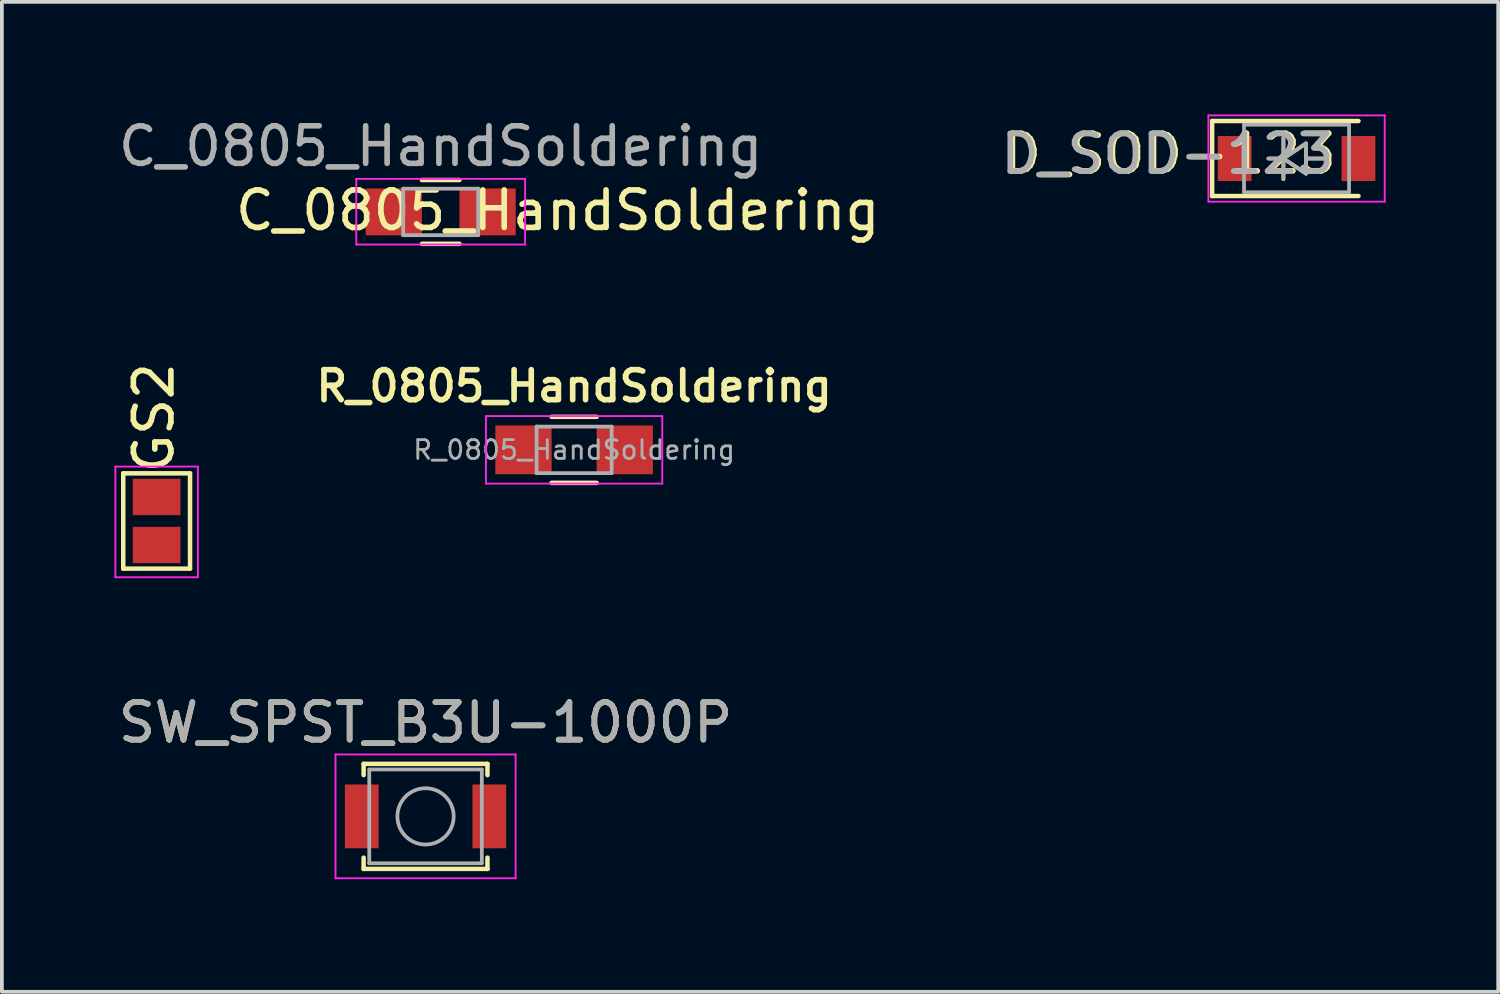
<source format=kicad_pcb>
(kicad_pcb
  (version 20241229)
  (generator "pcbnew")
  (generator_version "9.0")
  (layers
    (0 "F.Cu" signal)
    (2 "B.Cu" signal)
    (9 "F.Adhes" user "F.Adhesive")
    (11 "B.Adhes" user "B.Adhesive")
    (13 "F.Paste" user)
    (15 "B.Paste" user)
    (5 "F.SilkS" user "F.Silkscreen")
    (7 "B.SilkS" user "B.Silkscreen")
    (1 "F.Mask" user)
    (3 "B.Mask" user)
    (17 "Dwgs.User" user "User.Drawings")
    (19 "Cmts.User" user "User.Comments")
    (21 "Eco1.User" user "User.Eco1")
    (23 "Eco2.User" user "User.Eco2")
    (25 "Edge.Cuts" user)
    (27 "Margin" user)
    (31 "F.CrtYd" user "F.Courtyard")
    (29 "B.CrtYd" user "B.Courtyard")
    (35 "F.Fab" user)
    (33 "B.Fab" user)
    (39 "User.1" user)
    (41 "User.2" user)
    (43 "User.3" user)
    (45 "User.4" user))
  (footprint "D_SOD-123"
    (layer "F.Cu")
    (at 31.507 1.175)
    (property "Reference" "D_SOD-123" (at -3.383 -0.127 0) (layer "F.SilkS") (effects (font (size 1 1) (thickness 0.15))))
    (attr smd)
    (fp_line (start -2.25 -1) (end -2.25 1) (stroke (width 0.12) (type solid)) (layer "F.SilkS"))
    (fp_line (start -2.25 -1) (end 1.65 -1) (stroke (width 0.12) (type solid)) (layer "F.SilkS"))
    (fp_line (start -2.25 1) (end 1.65 1) (stroke (width 0.12) (type solid)) (layer "F.SilkS"))
    (fp_line (start -0.75 0) (end -0.35 0) (stroke (width 0.1) (type solid)) (layer "F.SilkS"))
    (fp_line (start -0.35 0) (end -0.35 -0.55) (stroke (width 0.1) (type solid)) (layer "F.SilkS"))
    (fp_line (start -0.35 0) (end -0.35 0.55) (stroke (width 0.1) (type solid)) (layer "F.SilkS"))
    (fp_line (start -0.35 0) (end 0.25 -0.4) (stroke (width 0.1) (type solid)) (layer "F.SilkS"))
    (fp_line (start 0.25 -0.4) (end 0.25 0.4) (stroke (width 0.1) (type solid)) (layer "F.SilkS"))
    (fp_line (start 0.25 0) (end 0.75 0) (stroke (width 0.1) (type solid)) (layer "F.SilkS"))
    (fp_line (start 0.25 0.4) (end -0.35 0) (stroke (width 0.1) (type solid)) (layer "F.SilkS"))
    (fp_line (start -2.35 -1.15) (end -2.35 1.15) (stroke (width 0.05) (type solid)) (layer "F.CrtYd"))
    (fp_line (start -2.35 -1.15) (end 2.35 -1.15) (stroke (width 0.05) (type solid)) (layer "F.CrtYd"))
    (fp_line (start 2.35 -1.15) (end 2.35 1.15) (stroke (width 0.05) (type solid)) (layer "F.CrtYd"))
    (fp_line (start 2.35 1.15) (end -2.35 1.15) (stroke (width 0.05) (type solid)) (layer "F.CrtYd"))
    (fp_line (start -1.4 -0.9) (end 1.4 -0.9) (stroke (width 0.1) (type solid)) (layer "F.Fab"))
    (fp_line (start -1.4 0.9) (end -1.4 -0.9) (stroke (width 0.1) (type solid)) (layer "F.Fab"))
    (fp_line (start -0.75 0) (end -0.35 0) (stroke (width 0.1) (type solid)) (layer "F.Fab"))
    (fp_line (start -0.35 0) (end -0.35 -0.55) (stroke (width 0.1) (type solid)) (layer "F.Fab"))
    (fp_line (start -0.35 0) (end -0.35 0.55) (stroke (width 0.1) (type solid)) (layer "F.Fab"))
    (fp_line (start -0.35 0) (end 0.25 -0.4) (stroke (width 0.1) (type solid)) (layer "F.Fab"))
    (fp_line (start 0.25 -0.4) (end 0.25 0.4) (stroke (width 0.1) (type solid)) (layer "F.Fab"))
    (fp_line (start 0.25 0) (end 0.75 0) (stroke (width 0.1) (type solid)) (layer "F.Fab"))
    (fp_line (start 0.25 0.4) (end -0.35 0) (stroke (width 0.1) (type solid)) (layer "F.Fab"))
    (fp_line (start 1.4 -0.9) (end 1.4 0.9) (stroke (width 0.1) (type solid)) (layer "F.Fab"))
    (fp_line (start 1.4 0.9) (end -1.4 0.9) (stroke (width 0.1) (type solid)) (layer "F.Fab"))
    (fp_text user "${REFERENCE}" (at -3.439 -0.122 180) (layer "F.Fab") (effects (font (size 1 1) (thickness 0.15))))
    (pad "1" smd rect (at -1.65 0) (size 0.9 1.2) (layers "F.Cu" "F.Mask" "F.Paste"))
    (pad "2" smd rect (at 1.65 0) (size 0.9 1.2) (layers "F.Cu" "F.Mask" "F.Paste")))
  (footprint "SW_SPST_B3U-1000P"
    (layer "F.Cu")
    (at 8.292 18.709)
    (property "Reference" "SW_SPST_B3U-1000P" (at 0 -2.5 0) (layer "F.SilkS") (effects (font (size 1 1) (thickness 0.15))))
    (attr smd)
    (fp_line (start -1.65 -1.4) (end 1.65 -1.4) (stroke (width 0.12) (type solid)) (layer "F.SilkS"))
    (fp_line (start -1.65 -1.1) (end -1.65 -1.4) (stroke (width 0.12) (type solid)) (layer "F.SilkS"))
    (fp_line (start -1.65 1.1) (end -1.65 1.4) (stroke (width 0.12) (type solid)) (layer "F.SilkS"))
    (fp_line (start -1.65 1.4) (end 1.65 1.4) (stroke (width 0.12) (type solid)) (layer "F.SilkS"))
    (fp_line (start 1.65 -1.4) (end 1.65 -1.1) (stroke (width 0.12) (type solid)) (layer "F.SilkS"))
    (fp_line (start 1.65 1.4) (end 1.65 1.1) (stroke (width 0.12) (type solid)) (layer "F.SilkS"))
    (fp_line (start -2.4 -1.65) (end -2.4 1.65) (stroke (width 0.05) (type solid)) (layer "F.CrtYd"))
    (fp_line (start -2.4 1.65) (end 2.4 1.65) (stroke (width 0.05) (type solid)) (layer "F.CrtYd"))
    (fp_line (start 2.4 -1.65) (end -2.4 -1.65) (stroke (width 0.05) (type solid)) (layer "F.CrtYd"))
    (fp_line (start 2.4 1.65) (end 2.4 -1.65) (stroke (width 0.05) (type solid)) (layer "F.CrtYd"))
    (fp_line (start -1.5 -1.25) (end 1.5 -1.25) (stroke (width 0.1) (type solid)) (layer "F.Fab"))
    (fp_line (start -1.5 1.25) (end -1.5 -1.25) (stroke (width 0.1) (type solid)) (layer "F.Fab"))
    (fp_line (start 1.5 -1.25) (end 1.5 1.25) (stroke (width 0.1) (type solid)) (layer "F.Fab"))
    (fp_line (start 1.5 1.25) (end -1.5 1.25) (stroke (width 0.1) (type solid)) (layer "F.Fab"))
    (fp_circle (center 0 0) (end 0.75 0) (stroke (width 0.1) (type solid)) (fill no) (layer "F.Fab"))
    (fp_text user "${REFERENCE}" (at 0 -2.5 0) (layer "F.Fab") (effects (font (size 1 1) (thickness 0.15))))
    (pad "1" smd rect (at -1.7 0) (size 0.9 1.7) (layers "F.Cu" "F.Mask" "F.Paste"))
    (pad "2" smd rect (at 1.7 0) (size 0.9 1.7) (layers "F.Cu" "F.Mask" "F.Paste")))
  (footprint "R_0805_HandSoldering"
    (layer "F.Cu")
    (at 12.252 8.94)
    (property "Reference" "R_0805_HandSoldering" (at 0 -1.7 0) (layer "F.SilkS") (effects (font (size 0.8 0.8) (thickness 0.15))))
    (attr smd)
    (fp_line (start -0.6 -0.88) (end 0.6 -0.88) (stroke (width 0.12) (type solid)) (layer "F.SilkS"))
    (fp_line (start 0.6 0.88) (end -0.6 0.88) (stroke (width 0.12) (type solid)) (layer "F.SilkS"))
    (fp_line (start -2.35 -0.9) (end -2.35 0.9) (stroke (width 0.05) (type solid)) (layer "F.CrtYd"))
    (fp_line (start -2.35 -0.9) (end 2.35 -0.9) (stroke (width 0.05) (type solid)) (layer "F.CrtYd"))
    (fp_line (start 2.35 0.9) (end -2.35 0.9) (stroke (width 0.05) (type solid)) (layer "F.CrtYd"))
    (fp_line (start 2.35 0.9) (end 2.35 -0.9) (stroke (width 0.05) (type solid)) (layer "F.CrtYd"))
    (fp_line (start -1 -0.62) (end 1 -0.62) (stroke (width 0.1) (type solid)) (layer "F.Fab"))
    (fp_line (start -1 0.62) (end -1 -0.62) (stroke (width 0.1) (type solid)) (layer "F.Fab"))
    (fp_line (start 1 -0.62) (end 1 0.62) (stroke (width 0.1) (type solid)) (layer "F.Fab"))
    (fp_line (start 1 0.62) (end -1 0.62) (stroke (width 0.1) (type solid)) (layer "F.Fab"))
    (fp_text user "${REFERENCE}" (at 0 0 0) (layer "F.Fab") (effects (font (size 0.5 0.5) (thickness 0.075))))
    (pad "1" smd rect (at -1.35 0) (size 1.5 1.3) (layers "F.Cu" "F.Mask" "F.Paste"))
    (pad "2" smd rect (at 1.35 0) (size 1.5 1.3) (layers "F.Cu" "F.Mask" "F.Paste")))
  (footprint "GS2"
    (layer "F.Cu")
    (at 1.125 10.836)
    (property "Reference" "GS2" (at -0.075 -2.75 90) (layer "F.SilkS") (effects (font (size 1 1) (thickness 0.15))))
    (attr smd)
    (fp_line (start -0.89 -1.27) (end -0.89 1.27) (stroke (width 0.12) (type solid)) (layer "F.SilkS"))
    (fp_line (start -0.89 -1.27) (end 0.89 -1.27) (stroke (width 0.12) (type solid)) (layer "F.SilkS"))
    (fp_line (start 0.89 1.27) (end -0.89 1.27) (stroke (width 0.12) (type solid)) (layer "F.SilkS"))
    (fp_line (start 0.89 1.27) (end 0.89 -1.27) (stroke (width 0.12) (type solid)) (layer "F.SilkS"))
    (fp_line (start -1.1 -1.45) (end 1.1 -1.45) (stroke (width 0.05) (type solid)) (layer "F.CrtYd"))
    (fp_line (start -1.1 1.5) (end -1.1 -1.45) (stroke (width 0.05) (type solid)) (layer "F.CrtYd"))
    (fp_line (start 1.1 -1.45) (end 1.1 1.5) (stroke (width 0.05) (type solid)) (layer "F.CrtYd"))
    (fp_line (start 1.1 1.5) (end -1.1 1.5) (stroke (width 0.05) (type solid)) (layer "F.CrtYd"))
    (pad "1" smd rect (at 0 -0.64) (size 1.27 0.97) (layers "F.Cu" "F.Mask" "F.Paste"))
    (pad "2" smd rect (at 0 0.64) (size 1.27 0.97) (layers "F.Cu" "F.Mask" "F.Paste")))
  (footprint "C_0805_HandSoldering"
    (layer "F.Cu")
    (at 8.696 2.598)
    (property "Reference" "C_0805_HandSoldering" (at 3.121 -0.041 0) (layer "F.SilkS") (effects (font (size 1 1) (thickness 0.15))))
    (attr smd)
    (fp_line (start -0.5 0.85) (end 0.5 0.85) (stroke (width 0.12) (type solid)) (layer "F.SilkS"))
    (fp_line (start 0.5 -0.85) (end -0.5 -0.85) (stroke (width 0.12) (type solid)) (layer "F.SilkS"))
    (fp_line (start -2.25 -0.88) (end -2.25 0.87) (stroke (width 0.05) (type solid)) (layer "F.CrtYd"))
    (fp_line (start -2.25 -0.88) (end 2.25 -0.88) (stroke (width 0.05) (type solid)) (layer "F.CrtYd"))
    (fp_line (start 2.25 0.87) (end -2.25 0.87) (stroke (width 0.05) (type solid)) (layer "F.CrtYd"))
    (fp_line (start 2.25 0.87) (end 2.25 -0.88) (stroke (width 0.05) (type solid)) (layer "F.CrtYd"))
    (fp_line (start -1 -0.62) (end 1 -0.62) (stroke (width 0.1) (type solid)) (layer "F.Fab"))
    (fp_line (start -1 0.62) (end -1 -0.62) (stroke (width 0.1) (type solid)) (layer "F.Fab"))
    (fp_line (start 1 -0.62) (end 1 0.62) (stroke (width 0.1) (type solid)) (layer "F.Fab"))
    (fp_line (start 1 0.62) (end -1 0.62) (stroke (width 0.1) (type solid)) (layer "F.Fab"))
    (fp_text user "${REFERENCE}" (at 0 -1.75 0) (layer "F.Fab") (effects (font (size 1 1) (thickness 0.15))))
    (pad "1" smd rect (at -1.25 0) (size 1.5 1.25) (layers "F.Cu" "F.Mask" "F.Paste"))
    (pad "2" smd rect (at 1.25 0) (size 1.5 1.25) (layers "F.Cu" "F.Mask" "F.Paste")))
  (gr_rect
    (start -3 -3)
    (end 36.882 23.384)
    (stroke (width 0.1) (type default))
    (fill no)
    (layer "Edge.Cuts")))
</source>
